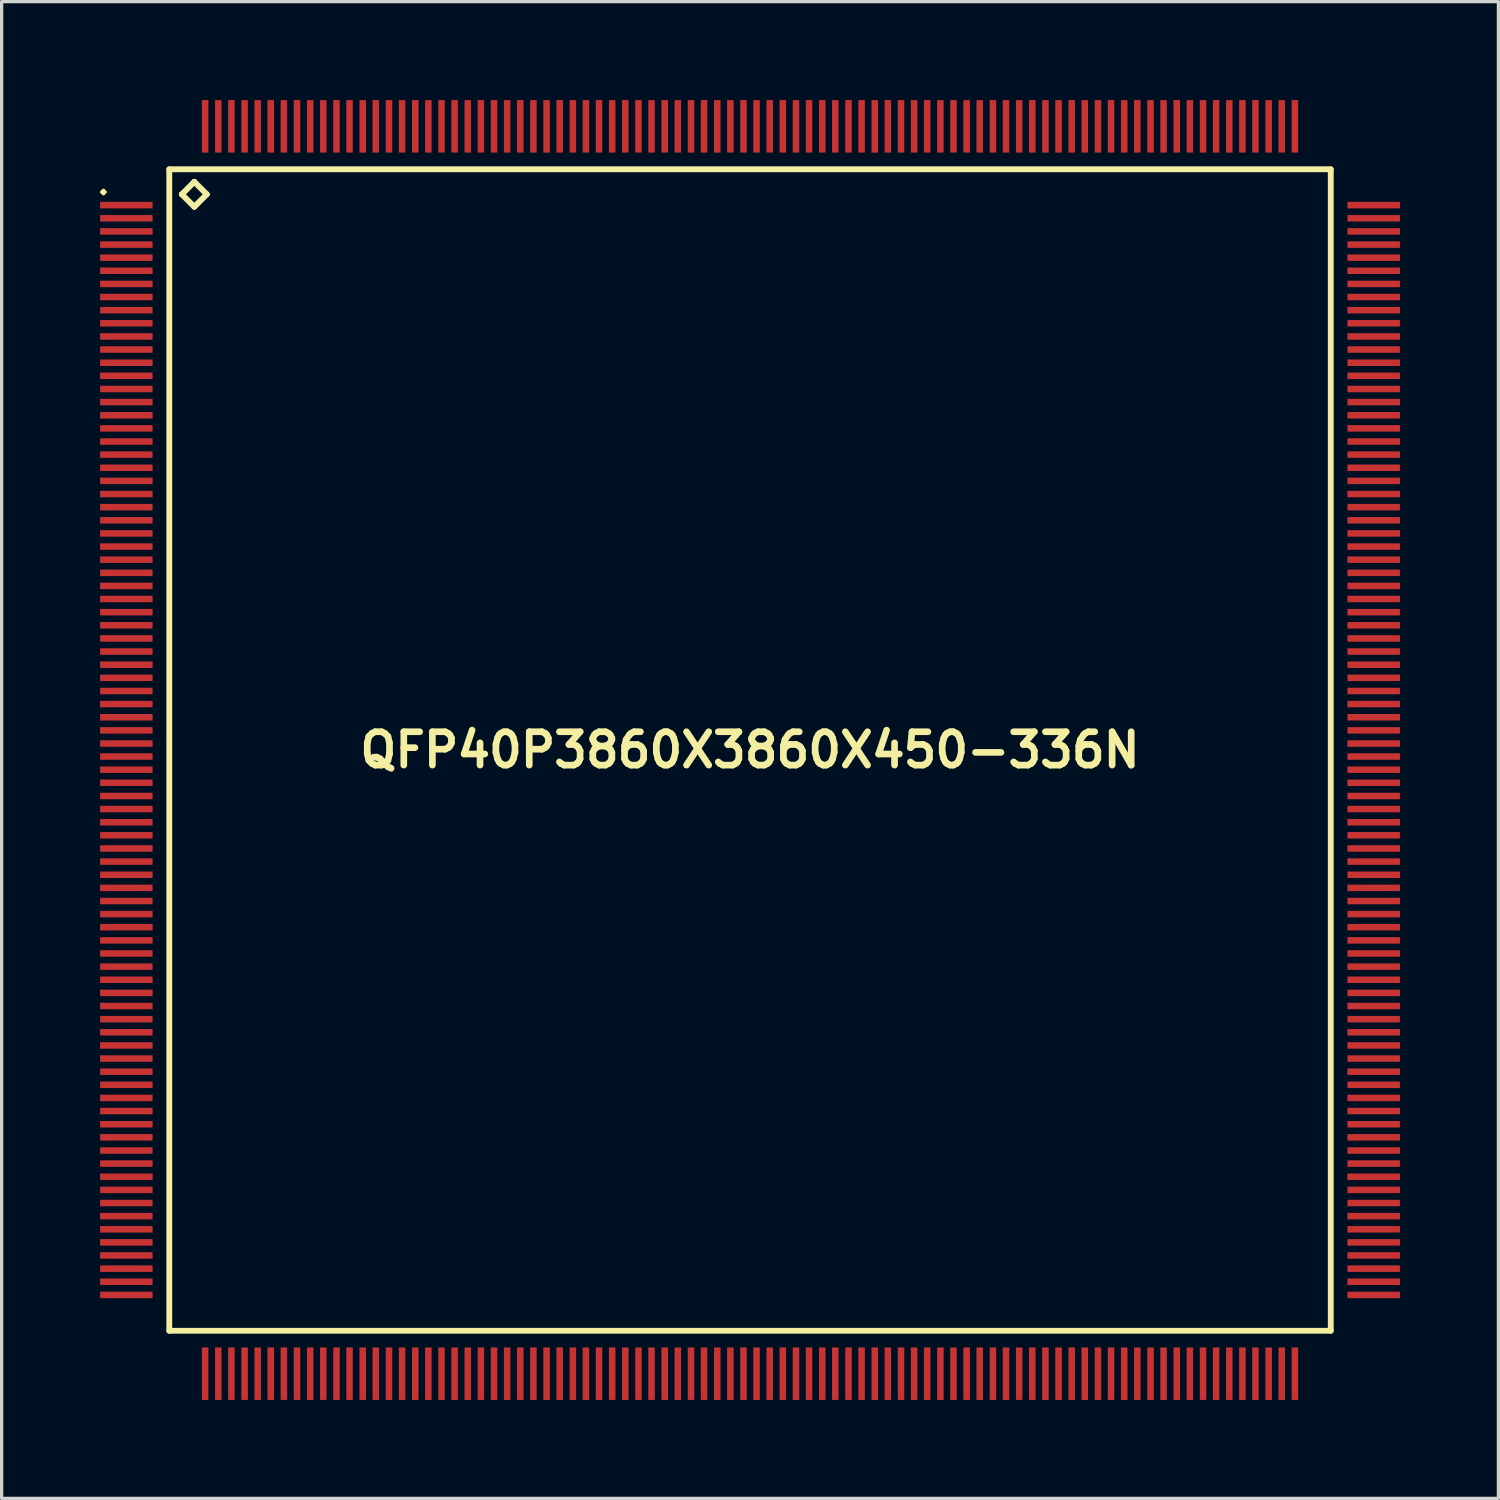
<source format=kicad_pcb>
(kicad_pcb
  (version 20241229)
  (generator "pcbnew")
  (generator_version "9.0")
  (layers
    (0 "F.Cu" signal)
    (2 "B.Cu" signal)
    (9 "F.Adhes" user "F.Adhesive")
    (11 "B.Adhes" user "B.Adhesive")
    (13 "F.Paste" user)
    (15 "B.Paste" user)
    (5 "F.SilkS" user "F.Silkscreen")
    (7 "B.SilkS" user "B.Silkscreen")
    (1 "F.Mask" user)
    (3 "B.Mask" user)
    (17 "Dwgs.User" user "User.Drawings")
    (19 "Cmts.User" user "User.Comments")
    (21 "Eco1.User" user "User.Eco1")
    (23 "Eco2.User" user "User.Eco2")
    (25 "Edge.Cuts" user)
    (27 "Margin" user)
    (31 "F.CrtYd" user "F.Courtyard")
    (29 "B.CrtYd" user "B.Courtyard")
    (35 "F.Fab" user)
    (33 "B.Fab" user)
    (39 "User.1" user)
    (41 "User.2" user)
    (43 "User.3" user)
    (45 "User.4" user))
  (footprint "QFP40P3860X3860X450-336N"
    (layer "F.Cu")
    (at 19.798 19.798)
    (property "Reference" "QFP40P3860X3860X450-336N" (at 0 0 0) (layer "F.SilkS") (effects (font (size 1.016 1.016) (thickness 0.203))))
    (attr smd)
    (fp_line (start -19.748 -16.998) (end -19.698 -17.048) (stroke (width 0.099) (type solid)) (layer "F.SilkS"))
    (fp_line (start -19.698 -17.048) (end -19.649 -16.998) (stroke (width 0.099) (type solid)) (layer "F.SilkS"))
    (fp_line (start -19.698 -16.949) (end -19.748 -16.998) (stroke (width 0.099) (type solid)) (layer "F.SilkS"))
    (fp_line (start -19.649 -16.998) (end -19.698 -16.949) (stroke (width 0.099) (type solid)) (layer "F.SilkS"))
    (fp_line (start -17.691 -17.691) (end -17.691 17.691) (stroke (width 0.178) (type solid)) (layer "F.SilkS"))
    (fp_line (start -17.691 17.691) (end 17.691 17.691) (stroke (width 0.178) (type solid)) (layer "F.SilkS"))
    (fp_line (start -17.31 -16.929) (end -16.929 -17.31) (stroke (width 0.178) (type solid)) (layer "F.SilkS"))
    (fp_line (start -16.929 -17.31) (end -16.548 -16.929) (stroke (width 0.178) (type solid)) (layer "F.SilkS"))
    (fp_line (start -16.929 -16.548) (end -17.31 -16.929) (stroke (width 0.178) (type solid)) (layer "F.SilkS"))
    (fp_line (start -16.548 -16.929) (end -16.929 -16.548) (stroke (width 0.178) (type solid)) (layer "F.SilkS"))
    (fp_line (start 17.691 -17.691) (end -17.691 -17.691) (stroke (width 0.178) (type solid)) (layer "F.SilkS"))
    (fp_line (start 17.691 17.691) (end 17.691 -17.691) (stroke (width 0.178) (type solid)) (layer "F.SilkS"))
    (pad "1" smd rect (at -18.999 -16.599) (size 1.598 0.198) (layers "F.Cu" "F.Mask" "F.Paste"))
    (pad "2" smd rect (at -18.999 -16.198) (size 1.598 0.198) (layers "F.Cu" "F.Mask" "F.Paste"))
    (pad "3" smd rect (at -18.999 -15.799) (size 1.598 0.198) (layers "F.Cu" "F.Mask" "F.Paste"))
    (pad "4" smd rect (at -18.999 -15.397) (size 1.598 0.198) (layers "F.Cu" "F.Mask" "F.Paste"))
    (pad "5" smd rect (at -18.999 -14.999) (size 1.598 0.198) (layers "F.Cu" "F.Mask" "F.Paste"))
    (pad "6" smd rect (at -18.999 -14.6) (size 1.598 0.198) (layers "F.Cu" "F.Mask" "F.Paste"))
    (pad "7" smd rect (at -18.999 -14.199) (size 1.598 0.198) (layers "F.Cu" "F.Mask" "F.Paste"))
    (pad "8" smd rect (at -18.999 -13.8) (size 1.598 0.198) (layers "F.Cu" "F.Mask" "F.Paste"))
    (pad "9" smd rect (at -18.999 -13.399) (size 1.598 0.198) (layers "F.Cu" "F.Mask" "F.Paste"))
    (pad "10" smd rect (at -18.999 -13) (size 1.598 0.198) (layers "F.Cu" "F.Mask" "F.Paste"))
    (pad "11" smd rect (at -18.999 -12.598) (size 1.598 0.198) (layers "F.Cu" "F.Mask" "F.Paste"))
    (pad "12" smd rect (at -18.999 -12.2) (size 1.598 0.198) (layers "F.Cu" "F.Mask" "F.Paste"))
    (pad "13" smd rect (at -18.999 -11.798) (size 1.598 0.198) (layers "F.Cu" "F.Mask" "F.Paste"))
    (pad "14" smd rect (at -18.999 -11.4) (size 1.598 0.198) (layers "F.Cu" "F.Mask" "F.Paste"))
    (pad "15" smd rect (at -18.999 -10.998) (size 1.598 0.198) (layers "F.Cu" "F.Mask" "F.Paste"))
    (pad "16" smd rect (at -18.999 -10.599) (size 1.598 0.198) (layers "F.Cu" "F.Mask" "F.Paste"))
    (pad "17" smd rect (at -18.999 -10.198) (size 1.598 0.198) (layers "F.Cu" "F.Mask" "F.Paste"))
    (pad "18" smd rect (at -18.999 -9.799) (size 1.598 0.198) (layers "F.Cu" "F.Mask" "F.Paste"))
    (pad "19" smd rect (at -18.999 -9.398) (size 1.598 0.198) (layers "F.Cu" "F.Mask" "F.Paste"))
    (pad "20" smd rect (at -18.999 -8.999) (size 1.598 0.198) (layers "F.Cu" "F.Mask" "F.Paste"))
    (pad "21" smd rect (at -18.999 -8.598) (size 1.598 0.198) (layers "F.Cu" "F.Mask" "F.Paste"))
    (pad "22" smd rect (at -18.999 -8.199) (size 1.598 0.198) (layers "F.Cu" "F.Mask" "F.Paste"))
    (pad "23" smd rect (at -18.999 -7.798) (size 1.598 0.198) (layers "F.Cu" "F.Mask" "F.Paste"))
    (pad "24" smd rect (at -18.999 -7.399) (size 1.598 0.198) (layers "F.Cu" "F.Mask" "F.Paste"))
    (pad "25" smd rect (at -18.999 -6.998) (size 1.598 0.198) (layers "F.Cu" "F.Mask" "F.Paste"))
    (pad "26" smd rect (at -18.999 -6.599) (size 1.598 0.198) (layers "F.Cu" "F.Mask" "F.Paste"))
    (pad "27" smd rect (at -18.999 -6.198) (size 1.598 0.198) (layers "F.Cu" "F.Mask" "F.Paste"))
    (pad "28" smd rect (at -18.999 -5.799) (size 1.598 0.198) (layers "F.Cu" "F.Mask" "F.Paste"))
    (pad "29" smd rect (at -18.999 -5.397) (size 1.598 0.198) (layers "F.Cu" "F.Mask" "F.Paste"))
    (pad "30" smd rect (at -18.999 -4.999) (size 1.598 0.198) (layers "F.Cu" "F.Mask" "F.Paste"))
    (pad "31" smd rect (at -18.999 -4.6) (size 1.598 0.198) (layers "F.Cu" "F.Mask" "F.Paste"))
    (pad "32" smd rect (at -18.999 -4.199) (size 1.598 0.198) (layers "F.Cu" "F.Mask" "F.Paste"))
    (pad "33" smd rect (at -18.999 -3.8) (size 1.598 0.198) (layers "F.Cu" "F.Mask" "F.Paste"))
    (pad "34" smd rect (at -18.999 -3.399) (size 1.598 0.198) (layers "F.Cu" "F.Mask" "F.Paste"))
    (pad "35" smd rect (at -18.999 -3) (size 1.598 0.198) (layers "F.Cu" "F.Mask" "F.Paste"))
    (pad "36" smd rect (at -18.999 -2.598) (size 1.598 0.198) (layers "F.Cu" "F.Mask" "F.Paste"))
    (pad "37" smd rect (at -18.999 -2.2) (size 1.598 0.198) (layers "F.Cu" "F.Mask" "F.Paste"))
    (pad "38" smd rect (at -18.999 -1.798) (size 1.598 0.198) (layers "F.Cu" "F.Mask" "F.Paste"))
    (pad "39" smd rect (at -18.999 -1.4) (size 1.598 0.198) (layers "F.Cu" "F.Mask" "F.Paste"))
    (pad "40" smd rect (at -18.999 -0.998) (size 1.598 0.198) (layers "F.Cu" "F.Mask" "F.Paste"))
    (pad "41" smd rect (at -18.999 -0.599) (size 1.598 0.198) (layers "F.Cu" "F.Mask" "F.Paste"))
    (pad "42" smd rect (at -18.999 -0.198) (size 1.598 0.198) (layers "F.Cu" "F.Mask" "F.Paste"))
    (pad "43" smd rect (at -18.999 0.198) (size 1.598 0.198) (layers "F.Cu" "F.Mask" "F.Paste"))
    (pad "44" smd rect (at -18.999 0.599) (size 1.598 0.198) (layers "F.Cu" "F.Mask" "F.Paste"))
    (pad "45" smd rect (at -18.999 0.998) (size 1.598 0.198) (layers "F.Cu" "F.Mask" "F.Paste"))
    (pad "46" smd rect (at -18.999 1.4) (size 1.598 0.198) (layers "F.Cu" "F.Mask" "F.Paste"))
    (pad "47" smd rect (at -18.999 1.798) (size 1.598 0.198) (layers "F.Cu" "F.Mask" "F.Paste"))
    (pad "48" smd rect (at -18.999 2.2) (size 1.598 0.198) (layers "F.Cu" "F.Mask" "F.Paste"))
    (pad "49" smd rect (at -18.999 2.598) (size 1.598 0.198) (layers "F.Cu" "F.Mask" "F.Paste"))
    (pad "50" smd rect (at -18.999 3) (size 1.598 0.198) (layers "F.Cu" "F.Mask" "F.Paste"))
    (pad "51" smd rect (at -18.999 3.399) (size 1.598 0.198) (layers "F.Cu" "F.Mask" "F.Paste"))
    (pad "52" smd rect (at -18.999 3.8) (size 1.598 0.198) (layers "F.Cu" "F.Mask" "F.Paste"))
    (pad "53" smd rect (at -18.999 4.199) (size 1.598 0.198) (layers "F.Cu" "F.Mask" "F.Paste"))
    (pad "54" smd rect (at -18.999 4.6) (size 1.598 0.198) (layers "F.Cu" "F.Mask" "F.Paste"))
    (pad "55" smd rect (at -18.999 4.999) (size 1.598 0.198) (layers "F.Cu" "F.Mask" "F.Paste"))
    (pad "56" smd rect (at -18.999 5.397) (size 1.598 0.198) (layers "F.Cu" "F.Mask" "F.Paste"))
    (pad "57" smd rect (at -18.999 5.799) (size 1.598 0.198) (layers "F.Cu" "F.Mask" "F.Paste"))
    (pad "58" smd rect (at -18.999 6.198) (size 1.598 0.198) (layers "F.Cu" "F.Mask" "F.Paste"))
    (pad "59" smd rect (at -18.999 6.599) (size 1.598 0.198) (layers "F.Cu" "F.Mask" "F.Paste"))
    (pad "60" smd rect (at -18.999 6.998) (size 1.598 0.198) (layers "F.Cu" "F.Mask" "F.Paste"))
    (pad "61" smd rect (at -18.999 7.399) (size 1.598 0.198) (layers "F.Cu" "F.Mask" "F.Paste"))
    (pad "62" smd rect (at -18.999 7.798) (size 1.598 0.198) (layers "F.Cu" "F.Mask" "F.Paste"))
    (pad "63" smd rect (at -18.999 8.199) (size 1.598 0.198) (layers "F.Cu" "F.Mask" "F.Paste"))
    (pad "64" smd rect (at -18.999 8.598) (size 1.598 0.198) (layers "F.Cu" "F.Mask" "F.Paste"))
    (pad "65" smd rect (at -18.999 8.999) (size 1.598 0.198) (layers "F.Cu" "F.Mask" "F.Paste"))
    (pad "66" smd rect (at -18.999 9.398) (size 1.598 0.198) (layers "F.Cu" "F.Mask" "F.Paste"))
    (pad "67" smd rect (at -18.999 9.799) (size 1.598 0.198) (layers "F.Cu" "F.Mask" "F.Paste"))
    (pad "68" smd rect (at -18.999 10.198) (size 1.598 0.198) (layers "F.Cu" "F.Mask" "F.Paste"))
    (pad "69" smd rect (at -18.999 10.599) (size 1.598 0.198) (layers "F.Cu" "F.Mask" "F.Paste"))
    (pad "70" smd rect (at -18.999 10.998) (size 1.598 0.198) (layers "F.Cu" "F.Mask" "F.Paste"))
    (pad "71" smd rect (at -18.999 11.4) (size 1.598 0.198) (layers "F.Cu" "F.Mask" "F.Paste"))
    (pad "72" smd rect (at -18.999 11.798) (size 1.598 0.198) (layers "F.Cu" "F.Mask" "F.Paste"))
    (pad "73" smd rect (at -18.999 12.2) (size 1.598 0.198) (layers "F.Cu" "F.Mask" "F.Paste"))
    (pad "74" smd rect (at -18.999 12.598) (size 1.598 0.198) (layers "F.Cu" "F.Mask" "F.Paste"))
    (pad "75" smd rect (at -18.999 13) (size 1.598 0.198) (layers "F.Cu" "F.Mask" "F.Paste"))
    (pad "76" smd rect (at -18.999 13.399) (size 1.598 0.198) (layers "F.Cu" "F.Mask" "F.Paste"))
    (pad "77" smd rect (at -18.999 13.8) (size 1.598 0.198) (layers "F.Cu" "F.Mask" "F.Paste"))
    (pad "78" smd rect (at -18.999 14.199) (size 1.598 0.198) (layers "F.Cu" "F.Mask" "F.Paste"))
    (pad "79" smd rect (at -18.999 14.6) (size 1.598 0.198) (layers "F.Cu" "F.Mask" "F.Paste"))
    (pad "80" smd rect (at -18.999 14.999) (size 1.598 0.198) (layers "F.Cu" "F.Mask" "F.Paste"))
    (pad "81" smd rect (at -18.999 15.397) (size 1.598 0.198) (layers "F.Cu" "F.Mask" "F.Paste"))
    (pad "82" smd rect (at -18.999 15.799) (size 1.598 0.198) (layers "F.Cu" "F.Mask" "F.Paste"))
    (pad "83" smd rect (at -18.999 16.198) (size 1.598 0.198) (layers "F.Cu" "F.Mask" "F.Paste"))
    (pad "84" smd rect (at -18.999 16.599) (size 1.598 0.198) (layers "F.Cu" "F.Mask" "F.Paste"))
    (pad "85" smd rect (at -16.599 18.999) (size 0.198 1.598) (layers "F.Cu" "F.Mask" "F.Paste"))
    (pad "86" smd rect (at -16.198 18.999) (size 0.198 1.598) (layers "F.Cu" "F.Mask" "F.Paste"))
    (pad "87" smd rect (at -15.799 18.999) (size 0.198 1.598) (layers "F.Cu" "F.Mask" "F.Paste"))
    (pad "88" smd rect (at -15.397 18.999) (size 0.198 1.598) (layers "F.Cu" "F.Mask" "F.Paste"))
    (pad "89" smd rect (at -14.999 18.999) (size 0.198 1.598) (layers "F.Cu" "F.Mask" "F.Paste"))
    (pad "90" smd rect (at -14.6 18.999) (size 0.198 1.598) (layers "F.Cu" "F.Mask" "F.Paste"))
    (pad "91" smd rect (at -14.199 18.999) (size 0.198 1.598) (layers "F.Cu" "F.Mask" "F.Paste"))
    (pad "92" smd rect (at -13.8 18.999) (size 0.198 1.598) (layers "F.Cu" "F.Mask" "F.Paste"))
    (pad "93" smd rect (at -13.399 18.999) (size 0.198 1.598) (layers "F.Cu" "F.Mask" "F.Paste"))
    (pad "94" smd rect (at -13 18.999) (size 0.198 1.598) (layers "F.Cu" "F.Mask" "F.Paste"))
    (pad "95" smd rect (at -12.598 18.999) (size 0.198 1.598) (layers "F.Cu" "F.Mask" "F.Paste"))
    (pad "96" smd rect (at -12.2 18.999) (size 0.198 1.598) (layers "F.Cu" "F.Mask" "F.Paste"))
    (pad "97" smd rect (at -11.798 18.999) (size 0.198 1.598) (layers "F.Cu" "F.Mask" "F.Paste"))
    (pad "98" smd rect (at -11.4 18.999) (size 0.198 1.598) (layers "F.Cu" "F.Mask" "F.Paste"))
    (pad "99" smd rect (at -10.998 18.999) (size 0.198 1.598) (layers "F.Cu" "F.Mask" "F.Paste"))
    (pad "100" smd rect (at -10.599 18.999) (size 0.198 1.598) (layers "F.Cu" "F.Mask" "F.Paste"))
    (pad "101" smd rect (at -10.198 18.999) (size 0.198 1.598) (layers "F.Cu" "F.Mask" "F.Paste"))
    (pad "102" smd rect (at -9.799 18.999) (size 0.198 1.598) (layers "F.Cu" "F.Mask" "F.Paste"))
    (pad "103" smd rect (at -9.398 18.999) (size 0.198 1.598) (layers "F.Cu" "F.Mask" "F.Paste"))
    (pad "104" smd rect (at -8.999 18.999) (size 0.198 1.598) (layers "F.Cu" "F.Mask" "F.Paste"))
    (pad "105" smd rect (at -8.598 18.999) (size 0.198 1.598) (layers "F.Cu" "F.Mask" "F.Paste"))
    (pad "106" smd rect (at -8.199 18.999) (size 0.198 1.598) (layers "F.Cu" "F.Mask" "F.Paste"))
    (pad "107" smd rect (at -7.798 18.999) (size 0.198 1.598) (layers "F.Cu" "F.Mask" "F.Paste"))
    (pad "108" smd rect (at -7.399 18.999) (size 0.198 1.598) (layers "F.Cu" "F.Mask" "F.Paste"))
    (pad "109" smd rect (at -6.998 18.999) (size 0.198 1.598) (layers "F.Cu" "F.Mask" "F.Paste"))
    (pad "110" smd rect (at -6.599 18.999) (size 0.198 1.598) (layers "F.Cu" "F.Mask" "F.Paste"))
    (pad "111" smd rect (at -6.198 18.999) (size 0.198 1.598) (layers "F.Cu" "F.Mask" "F.Paste"))
    (pad "112" smd rect (at -5.799 18.999) (size 0.198 1.598) (layers "F.Cu" "F.Mask" "F.Paste"))
    (pad "113" smd rect (at -5.397 18.999) (size 0.198 1.598) (layers "F.Cu" "F.Mask" "F.Paste"))
    (pad "114" smd rect (at -4.999 18.999) (size 0.198 1.598) (layers "F.Cu" "F.Mask" "F.Paste"))
    (pad "115" smd rect (at -4.6 18.999) (size 0.198 1.598) (layers "F.Cu" "F.Mask" "F.Paste"))
    (pad "116" smd rect (at -4.199 18.999) (size 0.198 1.598) (layers "F.Cu" "F.Mask" "F.Paste"))
    (pad "117" smd rect (at -3.8 18.999) (size 0.198 1.598) (layers "F.Cu" "F.Mask" "F.Paste"))
    (pad "118" smd rect (at -3.399 18.999) (size 0.198 1.598) (layers "F.Cu" "F.Mask" "F.Paste"))
    (pad "119" smd rect (at -3 18.999) (size 0.198 1.598) (layers "F.Cu" "F.Mask" "F.Paste"))
    (pad "120" smd rect (at -2.598 18.999) (size 0.198 1.598) (layers "F.Cu" "F.Mask" "F.Paste"))
    (pad "121" smd rect (at -2.2 18.999) (size 0.198 1.598) (layers "F.Cu" "F.Mask" "F.Paste"))
    (pad "122" smd rect (at -1.798 18.999) (size 0.198 1.598) (layers "F.Cu" "F.Mask" "F.Paste"))
    (pad "123" smd rect (at -1.4 18.999) (size 0.198 1.598) (layers "F.Cu" "F.Mask" "F.Paste"))
    (pad "124" smd rect (at -0.998 18.999) (size 0.198 1.598) (layers "F.Cu" "F.Mask" "F.Paste"))
    (pad "125" smd rect (at -0.599 18.999) (size 0.198 1.598) (layers "F.Cu" "F.Mask" "F.Paste"))
    (pad "126" smd rect (at -0.198 18.999) (size 0.198 1.598) (layers "F.Cu" "F.Mask" "F.Paste"))
    (pad "127" smd rect (at 0.198 18.999) (size 0.198 1.598) (layers "F.Cu" "F.Mask" "F.Paste"))
    (pad "128" smd rect (at 0.599 18.999) (size 0.198 1.598) (layers "F.Cu" "F.Mask" "F.Paste"))
    (pad "129" smd rect (at 0.998 18.999) (size 0.198 1.598) (layers "F.Cu" "F.Mask" "F.Paste"))
    (pad "130" smd rect (at 1.4 18.999) (size 0.198 1.598) (layers "F.Cu" "F.Mask" "F.Paste"))
    (pad "131" smd rect (at 1.798 18.999) (size 0.198 1.598) (layers "F.Cu" "F.Mask" "F.Paste"))
    (pad "132" smd rect (at 2.2 18.999) (size 0.198 1.598) (layers "F.Cu" "F.Mask" "F.Paste"))
    (pad "133" smd rect (at 2.598 18.999) (size 0.198 1.598) (layers "F.Cu" "F.Mask" "F.Paste"))
    (pad "134" smd rect (at 3 18.999) (size 0.198 1.598) (layers "F.Cu" "F.Mask" "F.Paste"))
    (pad "135" smd rect (at 3.399 18.999) (size 0.198 1.598) (layers "F.Cu" "F.Mask" "F.Paste"))
    (pad "136" smd rect (at 3.8 18.999) (size 0.198 1.598) (layers "F.Cu" "F.Mask" "F.Paste"))
    (pad "137" smd rect (at 4.199 18.999) (size 0.198 1.598) (layers "F.Cu" "F.Mask" "F.Paste"))
    (pad "138" smd rect (at 4.6 18.999) (size 0.198 1.598) (layers "F.Cu" "F.Mask" "F.Paste"))
    (pad "139" smd rect (at 4.999 18.999) (size 0.198 1.598) (layers "F.Cu" "F.Mask" "F.Paste"))
    (pad "140" smd rect (at 5.397 18.999) (size 0.198 1.598) (layers "F.Cu" "F.Mask" "F.Paste"))
    (pad "141" smd rect (at 5.799 18.999) (size 0.198 1.598) (layers "F.Cu" "F.Mask" "F.Paste"))
    (pad "142" smd rect (at 6.198 18.999) (size 0.198 1.598) (layers "F.Cu" "F.Mask" "F.Paste"))
    (pad "143" smd rect (at 6.599 18.999) (size 0.198 1.598) (layers "F.Cu" "F.Mask" "F.Paste"))
    (pad "144" smd rect (at 6.998 18.999) (size 0.198 1.598) (layers "F.Cu" "F.Mask" "F.Paste"))
    (pad "145" smd rect (at 7.399 18.999) (size 0.198 1.598) (layers "F.Cu" "F.Mask" "F.Paste"))
    (pad "146" smd rect (at 7.798 18.999) (size 0.198 1.598) (layers "F.Cu" "F.Mask" "F.Paste"))
    (pad "147" smd rect (at 8.199 18.999) (size 0.198 1.598) (layers "F.Cu" "F.Mask" "F.Paste"))
    (pad "148" smd rect (at 8.598 18.999) (size 0.198 1.598) (layers "F.Cu" "F.Mask" "F.Paste"))
    (pad "149" smd rect (at 8.999 18.999) (size 0.198 1.598) (layers "F.Cu" "F.Mask" "F.Paste"))
    (pad "150" smd rect (at 9.398 18.999) (size 0.198 1.598) (layers "F.Cu" "F.Mask" "F.Paste"))
    (pad "151" smd rect (at 9.799 18.999) (size 0.198 1.598) (layers "F.Cu" "F.Mask" "F.Paste"))
    (pad "152" smd rect (at 10.198 18.999) (size 0.198 1.598) (layers "F.Cu" "F.Mask" "F.Paste"))
    (pad "153" smd rect (at 10.599 18.999) (size 0.198 1.598) (layers "F.Cu" "F.Mask" "F.Paste"))
    (pad "154" smd rect (at 10.998 18.999) (size 0.198 1.598) (layers "F.Cu" "F.Mask" "F.Paste"))
    (pad "155" smd rect (at 11.4 18.999) (size 0.198 1.598) (layers "F.Cu" "F.Mask" "F.Paste"))
    (pad "156" smd rect (at 11.798 18.999) (size 0.198 1.598) (layers "F.Cu" "F.Mask" "F.Paste"))
    (pad "157" smd rect (at 12.2 18.999) (size 0.198 1.598) (layers "F.Cu" "F.Mask" "F.Paste"))
    (pad "158" smd rect (at 12.598 18.999) (size 0.198 1.598) (layers "F.Cu" "F.Mask" "F.Paste"))
    (pad "159" smd rect (at 13 18.999) (size 0.198 1.598) (layers "F.Cu" "F.Mask" "F.Paste"))
    (pad "160" smd rect (at 13.399 18.999) (size 0.198 1.598) (layers "F.Cu" "F.Mask" "F.Paste"))
    (pad "161" smd rect (at 13.8 18.999) (size 0.198 1.598) (layers "F.Cu" "F.Mask" "F.Paste"))
    (pad "162" smd rect (at 14.199 18.999) (size 0.198 1.598) (layers "F.Cu" "F.Mask" "F.Paste"))
    (pad "163" smd rect (at 14.6 18.999) (size 0.198 1.598) (layers "F.Cu" "F.Mask" "F.Paste"))
    (pad "164" smd rect (at 14.999 18.999) (size 0.198 1.598) (layers "F.Cu" "F.Mask" "F.Paste"))
    (pad "165" smd rect (at 15.397 18.999) (size 0.198 1.598) (layers "F.Cu" "F.Mask" "F.Paste"))
    (pad "166" smd rect (at 15.799 18.999) (size 0.198 1.598) (layers "F.Cu" "F.Mask" "F.Paste"))
    (pad "167" smd rect (at 16.198 18.999) (size 0.198 1.598) (layers "F.Cu" "F.Mask" "F.Paste"))
    (pad "168" smd rect (at 16.599 18.999) (size 0.198 1.598) (layers "F.Cu" "F.Mask" "F.Paste"))
    (pad "169" smd rect (at 18.999 16.599) (size 1.598 0.198) (layers "F.Cu" "F.Mask" "F.Paste"))
    (pad "170" smd rect (at 18.999 16.198) (size 1.598 0.198) (layers "F.Cu" "F.Mask" "F.Paste"))
    (pad "171" smd rect (at 18.999 15.799) (size 1.598 0.198) (layers "F.Cu" "F.Mask" "F.Paste"))
    (pad "172" smd rect (at 18.999 15.397) (size 1.598 0.198) (layers "F.Cu" "F.Mask" "F.Paste"))
    (pad "173" smd rect (at 18.999 14.999) (size 1.598 0.198) (layers "F.Cu" "F.Mask" "F.Paste"))
    (pad "174" smd rect (at 18.999 14.6) (size 1.598 0.198) (layers "F.Cu" "F.Mask" "F.Paste"))
    (pad "175" smd rect (at 18.999 14.199) (size 1.598 0.198) (layers "F.Cu" "F.Mask" "F.Paste"))
    (pad "176" smd rect (at 18.999 13.8) (size 1.598 0.198) (layers "F.Cu" "F.Mask" "F.Paste"))
    (pad "177" smd rect (at 18.999 13.399) (size 1.598 0.198) (layers "F.Cu" "F.Mask" "F.Paste"))
    (pad "178" smd rect (at 18.999 13) (size 1.598 0.198) (layers "F.Cu" "F.Mask" "F.Paste"))
    (pad "179" smd rect (at 18.999 12.598) (size 1.598 0.198) (layers "F.Cu" "F.Mask" "F.Paste"))
    (pad "180" smd rect (at 18.999 12.2) (size 1.598 0.198) (layers "F.Cu" "F.Mask" "F.Paste"))
    (pad "181" smd rect (at 18.999 11.798) (size 1.598 0.198) (layers "F.Cu" "F.Mask" "F.Paste"))
    (pad "182" smd rect (at 18.999 11.4) (size 1.598 0.198) (layers "F.Cu" "F.Mask" "F.Paste"))
    (pad "183" smd rect (at 18.999 10.998) (size 1.598 0.198) (layers "F.Cu" "F.Mask" "F.Paste"))
    (pad "184" smd rect (at 18.999 10.599) (size 1.598 0.198) (layers "F.Cu" "F.Mask" "F.Paste"))
    (pad "185" smd rect (at 18.999 10.198) (size 1.598 0.198) (layers "F.Cu" "F.Mask" "F.Paste"))
    (pad "186" smd rect (at 18.999 9.799) (size 1.598 0.198) (layers "F.Cu" "F.Mask" "F.Paste"))
    (pad "187" smd rect (at 18.999 9.398) (size 1.598 0.198) (layers "F.Cu" "F.Mask" "F.Paste"))
    (pad "188" smd rect (at 18.999 8.999) (size 1.598 0.198) (layers "F.Cu" "F.Mask" "F.Paste"))
    (pad "189" smd rect (at 18.999 8.598) (size 1.598 0.198) (layers "F.Cu" "F.Mask" "F.Paste"))
    (pad "190" smd rect (at 18.999 8.199) (size 1.598 0.198) (layers "F.Cu" "F.Mask" "F.Paste"))
    (pad "191" smd rect (at 18.999 7.798) (size 1.598 0.198) (layers "F.Cu" "F.Mask" "F.Paste"))
    (pad "192" smd rect (at 18.999 7.399) (size 1.598 0.198) (layers "F.Cu" "F.Mask" "F.Paste"))
    (pad "193" smd rect (at 18.999 6.998) (size 1.598 0.198) (layers "F.Cu" "F.Mask" "F.Paste"))
    (pad "194" smd rect (at 18.999 6.599) (size 1.598 0.198) (layers "F.Cu" "F.Mask" "F.Paste"))
    (pad "195" smd rect (at 18.999 6.198) (size 1.598 0.198) (layers "F.Cu" "F.Mask" "F.Paste"))
    (pad "196" smd rect (at 18.999 5.799) (size 1.598 0.198) (layers "F.Cu" "F.Mask" "F.Paste"))
    (pad "197" smd rect (at 18.999 5.397) (size 1.598 0.198) (layers "F.Cu" "F.Mask" "F.Paste"))
    (pad "198" smd rect (at 18.999 4.999) (size 1.598 0.198) (layers "F.Cu" "F.Mask" "F.Paste"))
    (pad "199" smd rect (at 18.999 4.6) (size 1.598 0.198) (layers "F.Cu" "F.Mask" "F.Paste"))
    (pad "200" smd rect (at 18.999 4.199) (size 1.598 0.198) (layers "F.Cu" "F.Mask" "F.Paste"))
    (pad "201" smd rect (at 18.999 3.8) (size 1.598 0.198) (layers "F.Cu" "F.Mask" "F.Paste"))
    (pad "202" smd rect (at 18.999 3.399) (size 1.598 0.198) (layers "F.Cu" "F.Mask" "F.Paste"))
    (pad "203" smd rect (at 18.999 3) (size 1.598 0.198) (layers "F.Cu" "F.Mask" "F.Paste"))
    (pad "204" smd rect (at 18.999 2.598) (size 1.598 0.198) (layers "F.Cu" "F.Mask" "F.Paste"))
    (pad "205" smd rect (at 18.999 2.2) (size 1.598 0.198) (layers "F.Cu" "F.Mask" "F.Paste"))
    (pad "206" smd rect (at 18.999 1.798) (size 1.598 0.198) (layers "F.Cu" "F.Mask" "F.Paste"))
    (pad "207" smd rect (at 18.999 1.4) (size 1.598 0.198) (layers "F.Cu" "F.Mask" "F.Paste"))
    (pad "208" smd rect (at 18.999 0.998) (size 1.598 0.198) (layers "F.Cu" "F.Mask" "F.Paste"))
    (pad "209" smd rect (at 18.999 0.599) (size 1.598 0.198) (layers "F.Cu" "F.Mask" "F.Paste"))
    (pad "210" smd rect (at 18.999 0.198) (size 1.598 0.198) (layers "F.Cu" "F.Mask" "F.Paste"))
    (pad "211" smd rect (at 18.999 -0.198) (size 1.598 0.198) (layers "F.Cu" "F.Mask" "F.Paste"))
    (pad "212" smd rect (at 18.999 -0.599) (size 1.598 0.198) (layers "F.Cu" "F.Mask" "F.Paste"))
    (pad "213" smd rect (at 18.999 -0.998) (size 1.598 0.198) (layers "F.Cu" "F.Mask" "F.Paste"))
    (pad "214" smd rect (at 18.999 -1.4) (size 1.598 0.198) (layers "F.Cu" "F.Mask" "F.Paste"))
    (pad "215" smd rect (at 18.999 -1.798) (size 1.598 0.198) (layers "F.Cu" "F.Mask" "F.Paste"))
    (pad "216" smd rect (at 18.999 -2.2) (size 1.598 0.198) (layers "F.Cu" "F.Mask" "F.Paste"))
    (pad "217" smd rect (at 18.999 -2.598) (size 1.598 0.198) (layers "F.Cu" "F.Mask" "F.Paste"))
    (pad "218" smd rect (at 18.999 -3) (size 1.598 0.198) (layers "F.Cu" "F.Mask" "F.Paste"))
    (pad "219" smd rect (at 18.999 -3.399) (size 1.598 0.198) (layers "F.Cu" "F.Mask" "F.Paste"))
    (pad "220" smd rect (at 18.999 -3.8) (size 1.598 0.198) (layers "F.Cu" "F.Mask" "F.Paste"))
    (pad "221" smd rect (at 18.999 -4.199) (size 1.598 0.198) (layers "F.Cu" "F.Mask" "F.Paste"))
    (pad "222" smd rect (at 18.999 -4.6) (size 1.598 0.198) (layers "F.Cu" "F.Mask" "F.Paste"))
    (pad "223" smd rect (at 18.999 -4.999) (size 1.598 0.198) (layers "F.Cu" "F.Mask" "F.Paste"))
    (pad "224" smd rect (at 18.999 -5.397) (size 1.598 0.198) (layers "F.Cu" "F.Mask" "F.Paste"))
    (pad "225" smd rect (at 18.999 -5.799) (size 1.598 0.198) (layers "F.Cu" "F.Mask" "F.Paste"))
    (pad "226" smd rect (at 18.999 -6.198) (size 1.598 0.198) (layers "F.Cu" "F.Mask" "F.Paste"))
    (pad "227" smd rect (at 18.999 -6.599) (size 1.598 0.198) (layers "F.Cu" "F.Mask" "F.Paste"))
    (pad "228" smd rect (at 18.999 -6.998) (size 1.598 0.198) (layers "F.Cu" "F.Mask" "F.Paste"))
    (pad "229" smd rect (at 18.999 -7.399) (size 1.598 0.198) (layers "F.Cu" "F.Mask" "F.Paste"))
    (pad "230" smd rect (at 18.999 -7.798) (size 1.598 0.198) (layers "F.Cu" "F.Mask" "F.Paste"))
    (pad "231" smd rect (at 18.999 -8.199) (size 1.598 0.198) (layers "F.Cu" "F.Mask" "F.Paste"))
    (pad "232" smd rect (at 18.999 -8.598) (size 1.598 0.198) (layers "F.Cu" "F.Mask" "F.Paste"))
    (pad "233" smd rect (at 18.999 -8.999) (size 1.598 0.198) (layers "F.Cu" "F.Mask" "F.Paste"))
    (pad "234" smd rect (at 18.999 -9.398) (size 1.598 0.198) (layers "F.Cu" "F.Mask" "F.Paste"))
    (pad "235" smd rect (at 18.999 -9.799) (size 1.598 0.198) (layers "F.Cu" "F.Mask" "F.Paste"))
    (pad "236" smd rect (at 18.999 -10.198) (size 1.598 0.198) (layers "F.Cu" "F.Mask" "F.Paste"))
    (pad "237" smd rect (at 18.999 -10.599) (size 1.598 0.198) (layers "F.Cu" "F.Mask" "F.Paste"))
    (pad "238" smd rect (at 18.999 -10.998) (size 1.598 0.198) (layers "F.Cu" "F.Mask" "F.Paste"))
    (pad "239" smd rect (at 18.999 -11.4) (size 1.598 0.198) (layers "F.Cu" "F.Mask" "F.Paste"))
    (pad "240" smd rect (at 18.999 -11.798) (size 1.598 0.198) (layers "F.Cu" "F.Mask" "F.Paste"))
    (pad "241" smd rect (at 18.999 -12.2) (size 1.598 0.198) (layers "F.Cu" "F.Mask" "F.Paste"))
    (pad "242" smd rect (at 18.999 -12.598) (size 1.598 0.198) (layers "F.Cu" "F.Mask" "F.Paste"))
    (pad "243" smd rect (at 18.999 -13) (size 1.598 0.198) (layers "F.Cu" "F.Mask" "F.Paste"))
    (pad "244" smd rect (at 18.999 -13.399) (size 1.598 0.198) (layers "F.Cu" "F.Mask" "F.Paste"))
    (pad "245" smd rect (at 18.999 -13.8) (size 1.598 0.198) (layers "F.Cu" "F.Mask" "F.Paste"))
    (pad "246" smd rect (at 18.999 -14.199) (size 1.598 0.198) (layers "F.Cu" "F.Mask" "F.Paste"))
    (pad "247" smd rect (at 18.999 -14.6) (size 1.598 0.198) (layers "F.Cu" "F.Mask" "F.Paste"))
    (pad "248" smd rect (at 18.999 -14.999) (size 1.598 0.198) (layers "F.Cu" "F.Mask" "F.Paste"))
    (pad "249" smd rect (at 18.999 -15.397) (size 1.598 0.198) (layers "F.Cu" "F.Mask" "F.Paste"))
    (pad "250" smd rect (at 18.999 -15.799) (size 1.598 0.198) (layers "F.Cu" "F.Mask" "F.Paste"))
    (pad "251" smd rect (at 18.999 -16.198) (size 1.598 0.198) (layers "F.Cu" "F.Mask" "F.Paste"))
    (pad "252" smd rect (at 18.999 -16.599) (size 1.598 0.198) (layers "F.Cu" "F.Mask" "F.Paste"))
    (pad "253" smd rect (at 16.599 -18.999) (size 0.198 1.598) (layers "F.Cu" "F.Mask" "F.Paste"))
    (pad "254" smd rect (at 16.198 -18.999) (size 0.198 1.598) (layers "F.Cu" "F.Mask" "F.Paste"))
    (pad "255" smd rect (at 15.799 -18.999) (size 0.198 1.598) (layers "F.Cu" "F.Mask" "F.Paste"))
    (pad "256" smd rect (at 15.397 -18.999) (size 0.198 1.598) (layers "F.Cu" "F.Mask" "F.Paste"))
    (pad "257" smd rect (at 14.999 -18.999) (size 0.198 1.598) (layers "F.Cu" "F.Mask" "F.Paste"))
    (pad "258" smd rect (at 14.6 -18.999) (size 0.198 1.598) (layers "F.Cu" "F.Mask" "F.Paste"))
    (pad "259" smd rect (at 14.199 -18.999) (size 0.198 1.598) (layers "F.Cu" "F.Mask" "F.Paste"))
    (pad "260" smd rect (at 13.8 -18.999) (size 0.198 1.598) (layers "F.Cu" "F.Mask" "F.Paste"))
    (pad "261" smd rect (at 13.399 -18.999) (size 0.198 1.598) (layers "F.Cu" "F.Mask" "F.Paste"))
    (pad "262" smd rect (at 13 -18.999) (size 0.198 1.598) (layers "F.Cu" "F.Mask" "F.Paste"))
    (pad "263" smd rect (at 12.598 -18.999) (size 0.198 1.598) (layers "F.Cu" "F.Mask" "F.Paste"))
    (pad "264" smd rect (at 12.2 -18.999) (size 0.198 1.598) (layers "F.Cu" "F.Mask" "F.Paste"))
    (pad "265" smd rect (at 11.798 -18.999) (size 0.198 1.598) (layers "F.Cu" "F.Mask" "F.Paste"))
    (pad "266" smd rect (at 11.4 -18.999) (size 0.198 1.598) (layers "F.Cu" "F.Mask" "F.Paste"))
    (pad "267" smd rect (at 10.998 -18.999) (size 0.198 1.598) (layers "F.Cu" "F.Mask" "F.Paste"))
    (pad "268" smd rect (at 10.599 -18.999) (size 0.198 1.598) (layers "F.Cu" "F.Mask" "F.Paste"))
    (pad "269" smd rect (at 10.198 -18.999) (size 0.198 1.598) (layers "F.Cu" "F.Mask" "F.Paste"))
    (pad "270" smd rect (at 9.799 -18.999) (size 0.198 1.598) (layers "F.Cu" "F.Mask" "F.Paste"))
    (pad "271" smd rect (at 9.398 -18.999) (size 0.198 1.598) (layers "F.Cu" "F.Mask" "F.Paste"))
    (pad "272" smd rect (at 8.999 -18.999) (size 0.198 1.598) (layers "F.Cu" "F.Mask" "F.Paste"))
    (pad "273" smd rect (at 8.598 -18.999) (size 0.198 1.598) (layers "F.Cu" "F.Mask" "F.Paste"))
    (pad "274" smd rect (at 8.199 -18.999) (size 0.198 1.598) (layers "F.Cu" "F.Mask" "F.Paste"))
    (pad "275" smd rect (at 7.798 -18.999) (size 0.198 1.598) (layers "F.Cu" "F.Mask" "F.Paste"))
    (pad "276" smd rect (at 7.399 -18.999) (size 0.198 1.598) (layers "F.Cu" "F.Mask" "F.Paste"))
    (pad "277" smd rect (at 6.998 -18.999) (size 0.198 1.598) (layers "F.Cu" "F.Mask" "F.Paste"))
    (pad "278" smd rect (at 6.599 -18.999) (size 0.198 1.598) (layers "F.Cu" "F.Mask" "F.Paste"))
    (pad "279" smd rect (at 6.198 -18.999) (size 0.198 1.598) (layers "F.Cu" "F.Mask" "F.Paste"))
    (pad "280" smd rect (at 5.799 -18.999) (size 0.198 1.598) (layers "F.Cu" "F.Mask" "F.Paste"))
    (pad "281" smd rect (at 5.397 -18.999) (size 0.198 1.598) (layers "F.Cu" "F.Mask" "F.Paste"))
    (pad "282" smd rect (at 4.999 -18.999) (size 0.198 1.598) (layers "F.Cu" "F.Mask" "F.Paste"))
    (pad "283" smd rect (at 4.6 -18.999) (size 0.198 1.598) (layers "F.Cu" "F.Mask" "F.Paste"))
    (pad "284" smd rect (at 4.199 -18.999) (size 0.198 1.598) (layers "F.Cu" "F.Mask" "F.Paste"))
    (pad "285" smd rect (at 3.8 -18.999) (size 0.198 1.598) (layers "F.Cu" "F.Mask" "F.Paste"))
    (pad "286" smd rect (at 3.399 -18.999) (size 0.198 1.598) (layers "F.Cu" "F.Mask" "F.Paste"))
    (pad "287" smd rect (at 3 -18.999) (size 0.198 1.598) (layers "F.Cu" "F.Mask" "F.Paste"))
    (pad "288" smd rect (at 2.598 -18.999) (size 0.198 1.598) (layers "F.Cu" "F.Mask" "F.Paste"))
    (pad "289" smd rect (at 2.2 -18.999) (size 0.198 1.598) (layers "F.Cu" "F.Mask" "F.Paste"))
    (pad "290" smd rect (at 1.798 -18.999) (size 0.198 1.598) (layers "F.Cu" "F.Mask" "F.Paste"))
    (pad "291" smd rect (at 1.4 -18.999) (size 0.198 1.598) (layers "F.Cu" "F.Mask" "F.Paste"))
    (pad "292" smd rect (at 0.998 -18.999) (size 0.198 1.598) (layers "F.Cu" "F.Mask" "F.Paste"))
    (pad "293" smd rect (at 0.599 -18.999) (size 0.198 1.598) (layers "F.Cu" "F.Mask" "F.Paste"))
    (pad "294" smd rect (at 0.198 -18.999) (size 0.198 1.598) (layers "F.Cu" "F.Mask" "F.Paste"))
    (pad "295" smd rect (at -0.198 -18.999) (size 0.198 1.598) (layers "F.Cu" "F.Mask" "F.Paste"))
    (pad "296" smd rect (at -0.599 -18.999) (size 0.198 1.598) (layers "F.Cu" "F.Mask" "F.Paste"))
    (pad "297" smd rect (at -0.998 -18.999) (size 0.198 1.598) (layers "F.Cu" "F.Mask" "F.Paste"))
    (pad "298" smd rect (at -1.4 -18.999) (size 0.198 1.598) (layers "F.Cu" "F.Mask" "F.Paste"))
    (pad "299" smd rect (at -1.798 -18.999) (size 0.198 1.598) (layers "F.Cu" "F.Mask" "F.Paste"))
    (pad "300" smd rect (at -2.2 -18.999) (size 0.198 1.598) (layers "F.Cu" "F.Mask" "F.Paste"))
    (pad "301" smd rect (at -2.598 -18.999) (size 0.198 1.598) (layers "F.Cu" "F.Mask" "F.Paste"))
    (pad "302" smd rect (at -3 -18.999) (size 0.198 1.598) (layers "F.Cu" "F.Mask" "F.Paste"))
    (pad "303" smd rect (at -3.399 -18.999) (size 0.198 1.598) (layers "F.Cu" "F.Mask" "F.Paste"))
    (pad "304" smd rect (at -3.8 -18.999) (size 0.198 1.598) (layers "F.Cu" "F.Mask" "F.Paste"))
    (pad "305" smd rect (at -4.199 -18.999) (size 0.198 1.598) (layers "F.Cu" "F.Mask" "F.Paste"))
    (pad "306" smd rect (at -4.6 -18.999) (size 0.198 1.598) (layers "F.Cu" "F.Mask" "F.Paste"))
    (pad "307" smd rect (at -4.999 -18.999) (size 0.198 1.598) (layers "F.Cu" "F.Mask" "F.Paste"))
    (pad "308" smd rect (at -5.397 -18.999) (size 0.198 1.598) (layers "F.Cu" "F.Mask" "F.Paste"))
    (pad "309" smd rect (at -5.799 -18.999) (size 0.198 1.598) (layers "F.Cu" "F.Mask" "F.Paste"))
    (pad "310" smd rect (at -6.198 -18.999) (size 0.198 1.598) (layers "F.Cu" "F.Mask" "F.Paste"))
    (pad "311" smd rect (at -6.599 -18.999) (size 0.198 1.598) (layers "F.Cu" "F.Mask" "F.Paste"))
    (pad "312" smd rect (at -6.998 -18.999) (size 0.198 1.598) (layers "F.Cu" "F.Mask" "F.Paste"))
    (pad "313" smd rect (at -7.399 -18.999) (size 0.198 1.598) (layers "F.Cu" "F.Mask" "F.Paste"))
    (pad "314" smd rect (at -7.798 -18.999) (size 0.198 1.598) (layers "F.Cu" "F.Mask" "F.Paste"))
    (pad "315" smd rect (at -8.199 -18.999) (size 0.198 1.598) (layers "F.Cu" "F.Mask" "F.Paste"))
    (pad "316" smd rect (at -8.598 -18.999) (size 0.198 1.598) (layers "F.Cu" "F.Mask" "F.Paste"))
    (pad "317" smd rect (at -8.999 -18.999) (size 0.198 1.598) (layers "F.Cu" "F.Mask" "F.Paste"))
    (pad "318" smd rect (at -9.398 -18.999) (size 0.198 1.598) (layers "F.Cu" "F.Mask" "F.Paste"))
    (pad "319" smd rect (at -9.799 -18.999) (size 0.198 1.598) (layers "F.Cu" "F.Mask" "F.Paste"))
    (pad "320" smd rect (at -10.198 -18.999) (size 0.198 1.598) (layers "F.Cu" "F.Mask" "F.Paste"))
    (pad "321" smd rect (at -10.599 -18.999) (size 0.198 1.598) (layers "F.Cu" "F.Mask" "F.Paste"))
    (pad "322" smd rect (at -10.998 -18.999) (size 0.198 1.598) (layers "F.Cu" "F.Mask" "F.Paste"))
    (pad "323" smd rect (at -11.4 -18.999) (size 0.198 1.598) (layers "F.Cu" "F.Mask" "F.Paste"))
    (pad "324" smd rect (at -11.798 -18.999) (size 0.198 1.598) (layers "F.Cu" "F.Mask" "F.Paste"))
    (pad "325" smd rect (at -12.2 -18.999) (size 0.198 1.598) (layers "F.Cu" "F.Mask" "F.Paste"))
    (pad "326" smd rect (at -12.598 -18.999) (size 0.198 1.598) (layers "F.Cu" "F.Mask" "F.Paste"))
    (pad "327" smd rect (at -13 -18.999) (size 0.198 1.598) (layers "F.Cu" "F.Mask" "F.Paste"))
    (pad "328" smd rect (at -13.399 -18.999) (size 0.198 1.598) (layers "F.Cu" "F.Mask" "F.Paste"))
    (pad "329" smd rect (at -13.8 -18.999) (size 0.198 1.598) (layers "F.Cu" "F.Mask" "F.Paste"))
    (pad "330" smd rect (at -14.199 -18.999) (size 0.198 1.598) (layers "F.Cu" "F.Mask" "F.Paste"))
    (pad "331" smd rect (at -14.6 -18.999) (size 0.198 1.598) (layers "F.Cu" "F.Mask" "F.Paste"))
    (pad "332" smd rect (at -14.999 -18.999) (size 0.198 1.598) (layers "F.Cu" "F.Mask" "F.Paste"))
    (pad "333" smd rect (at -15.397 -18.999) (size 0.198 1.598) (layers "F.Cu" "F.Mask" "F.Paste"))
    (pad "334" smd rect (at -15.799 -18.999) (size 0.198 1.598) (layers "F.Cu" "F.Mask" "F.Paste"))
    (pad "335" smd rect (at -16.198 -18.999) (size 0.198 1.598) (layers "F.Cu" "F.Mask" "F.Paste"))
    (pad "336" smd rect (at -16.599 -18.999) (size 0.198 1.598) (layers "F.Cu" "F.Mask" "F.Paste")))
  (gr_rect
    (start -3 -3)
    (end 42.596 42.596)
    (stroke (width 0.1) (type default))
    (fill no)
    (layer "Edge.Cuts")))
</source>
